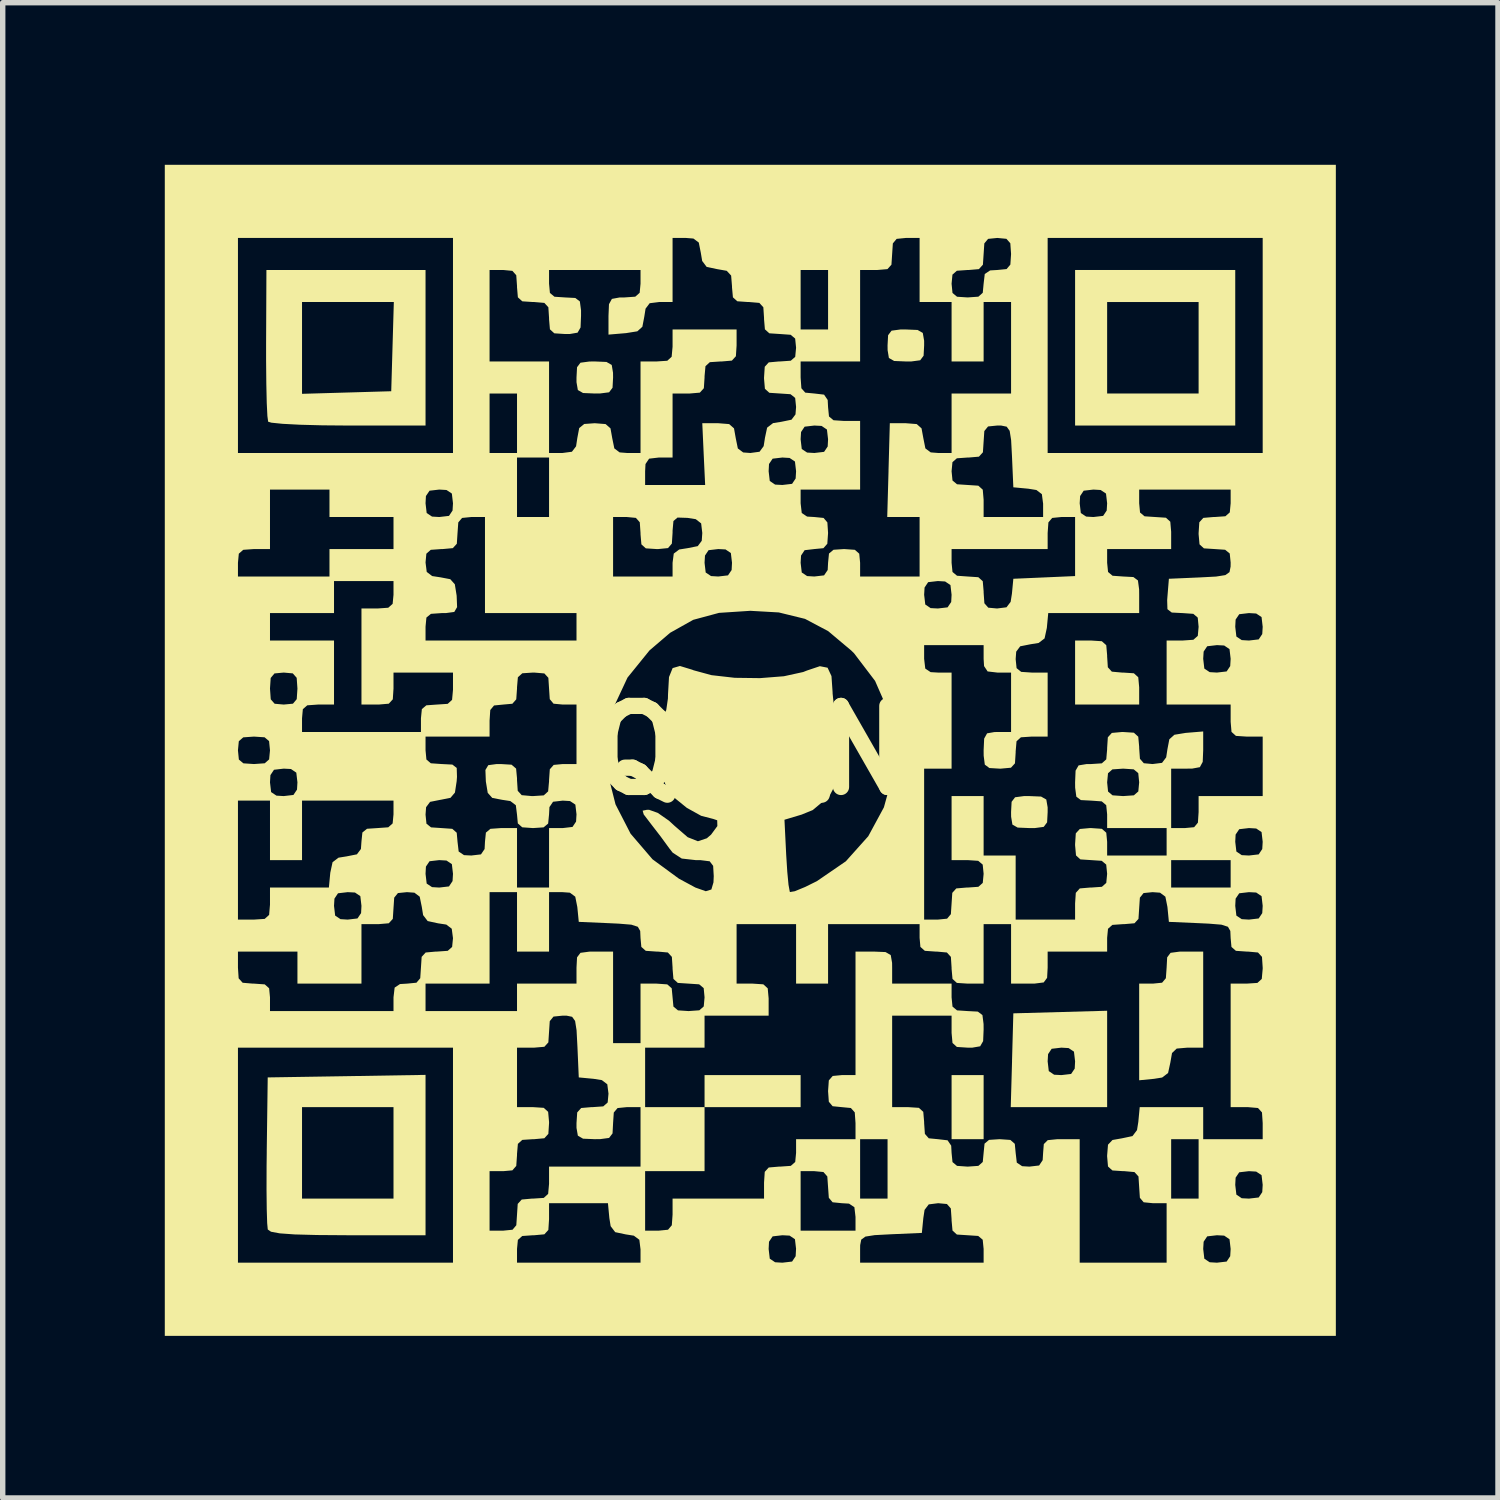
<source format=kicad_pcb>
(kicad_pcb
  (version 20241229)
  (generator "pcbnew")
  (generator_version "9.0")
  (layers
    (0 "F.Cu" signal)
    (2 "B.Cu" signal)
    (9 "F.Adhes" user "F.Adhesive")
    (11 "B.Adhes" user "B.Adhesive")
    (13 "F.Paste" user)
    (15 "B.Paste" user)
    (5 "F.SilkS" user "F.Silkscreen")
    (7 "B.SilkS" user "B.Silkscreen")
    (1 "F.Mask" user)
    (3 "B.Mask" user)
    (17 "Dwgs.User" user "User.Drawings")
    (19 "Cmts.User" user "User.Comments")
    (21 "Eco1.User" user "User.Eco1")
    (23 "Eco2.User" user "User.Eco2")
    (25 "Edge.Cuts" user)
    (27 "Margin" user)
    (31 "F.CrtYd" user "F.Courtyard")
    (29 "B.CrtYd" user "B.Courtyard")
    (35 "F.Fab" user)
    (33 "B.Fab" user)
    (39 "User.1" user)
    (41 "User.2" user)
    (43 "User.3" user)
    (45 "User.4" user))
  (footprint "QR_N"
    (layer "F.Cu")
    (at 10.837 10.837)
    (property "Reference" "QR_N" (at 0 0 0) (layer "F.SilkS") (effects (font (size 1.5 1.5) (thickness 0.3))))
    (attr board_only exclude_from_pos_files exclude_from_bom)
    (fp_poly (pts (xy 0.931 6.308) (xy 0.931 6.604) (xy 0.042 6.604) (xy -0.847 6.604) (xy -0.847 6.308) (xy -0.847 6.011) (xy 0.042 6.011) (xy 0.931 6.011)) (stroke (width 0) (type solid)) (fill yes) (layer "F.SilkS"))
    (fp_poly (pts (xy 4.318 6.604) (xy 4.318 7.197) (xy 4.022 7.197) (xy 3.725 7.197) (xy 3.725 6.604) (xy 3.725 6.011) (xy 4.022 6.011) (xy 4.318 6.011)) (stroke (width 0) (type solid)) (fill yes) (layer "F.SilkS"))
    (fp_poly (pts (xy -2.662 -7.188) (xy -2.565 -7.132) (xy -2.541 -6.988) (xy -2.54 -6.9) (xy -2.55 -6.711) (xy -2.614 -6.626) (xy -2.779 -6.605) (xy -2.879 -6.604) (xy -3.096 -6.613) (xy -3.192 -6.668) (xy -3.217 -6.813) (xy -3.217 -6.9) (xy -3.207 -7.09) (xy -3.144 -7.174) (xy -2.979 -7.196) (xy -2.879 -7.197)) (stroke (width 0) (type solid)) (fill yes) (layer "F.SilkS"))
    (fp_poly (pts (xy 3.096 -7.78) (xy 3.192 -7.725) (xy 3.217 -7.58) (xy 3.217 -7.493) (xy 3.207 -7.303) (xy 3.144 -7.219) (xy 2.979 -7.197) (xy 2.879 -7.197) (xy 2.662 -7.206) (xy 2.565 -7.261) (xy 2.541 -7.406) (xy 2.54 -7.493) (xy 2.55 -7.683) (xy 2.614 -7.767) (xy 2.779 -7.789) (xy 2.879 -7.789)) (stroke (width 0) (type solid)) (fill yes) (layer "F.SilkS"))
    (fp_poly (pts (xy 5.382 0.856) (xy 5.478 0.911) (xy 5.503 1.056) (xy 5.503 1.143) (xy 5.493 1.333) (xy 5.43 1.417) (xy 5.265 1.439) (xy 5.165 1.439) (xy 4.948 1.43) (xy 4.851 1.375) (xy 4.827 1.23) (xy 4.826 1.143) (xy 4.836 0.953) (xy 4.9 0.869) (xy 5.065 0.847) (xy 5.165 0.847)) (stroke (width 0) (type solid)) (fill yes) (layer "F.SilkS"))
    (fp_poly (pts (xy 6.506 -2.019) (xy 6.588 -1.945) (xy 6.604 -1.758) (xy 6.604 -1.736) (xy 6.617 -1.537) (xy 6.691 -1.456) (xy 6.878 -1.439) (xy 6.9 -1.439) (xy 7.099 -1.426) (xy 7.18 -1.352) (xy 7.197 -1.166) (xy 7.197 -1.143) (xy 7.197 -0.847) (xy 6.604 -0.847) (xy 6.011 -0.847) (xy 6.011 -1.439) (xy 6.011 -2.032) (xy 6.308 -2.032)) (stroke (width 0) (type solid)) (fill yes) (layer "F.SilkS"))
    (fp_poly (pts (xy 8.975 -7.451) (xy 8.975 -6.011) (xy 7.493 -6.011) (xy 6.011 -6.011) (xy 6.011 -7.451) (xy 6.604 -7.451) (xy 6.604 -6.604) (xy 7.451 -6.604) (xy 8.297 -6.604) (xy 8.297 -7.451) (xy 8.297 -8.297) (xy 7.451 -8.297) (xy 6.604 -8.297) (xy 6.604 -7.451) (xy 6.011 -7.451) (xy 6.011 -8.89) (xy 7.493 -8.89) (xy 8.975 -8.89)) (stroke (width 0) (type solid)) (fill yes) (layer "F.SilkS"))
    (fp_poly (pts (xy 8.382 4.614) (xy 8.382 5.503) (xy 8.091 5.503) (xy 7.892 5.52) (xy 7.805 5.602) (xy 7.774 5.779) (xy 7.732 5.972) (xy 7.622 6.056) (xy 7.472 6.08) (xy 7.197 6.107) (xy 7.197 5.212) (xy 7.197 4.318) (xy 7.451 4.318) (xy 7.621 4.301) (xy 7.691 4.218) (xy 7.705 4.022) (xy 7.715 3.832) (xy 7.778 3.748) (xy 7.943 3.726) (xy 8.043 3.725) (xy 8.382 3.725)) (stroke (width 0) (type solid)) (fill yes) (layer "F.SilkS"))
    (fp_poly (pts (xy 6.604 5.712) (xy 6.604 6.604) (xy 5.712 6.604) (xy 4.82 6.604) (xy 4.844 5.757) (xy 5.503 5.757) (xy 5.524 5.937) (xy 5.623 6.004) (xy 5.757 6.011) (xy 5.937 5.99) (xy 6.004 5.891) (xy 6.011 5.757) (xy 5.99 5.577) (xy 5.891 5.511) (xy 5.757 5.503) (xy 5.577 5.524) (xy 5.511 5.623) (xy 5.503 5.757) (xy 4.844 5.757) (xy 4.844 5.736) (xy 4.868 4.868) (xy 5.736 4.844) (xy 6.604 4.82)) (stroke (width 0) (type solid)) (fill yes) (layer "F.SilkS"))
    (fp_poly (pts (xy -6.011 -7.451) (xy -6.011 -6.011) (xy -7.446 -6.011) (xy -7.921 -6.015) (xy -8.335 -6.026) (xy -8.659 -6.043) (xy -8.864 -6.064) (xy -8.924 -6.082) (xy -8.938 -6.187) (xy -8.95 -6.43) (xy -8.958 -6.783) (xy -8.962 -7.215) (xy -8.962 -7.448) (xy -8.297 -7.448) (xy -8.297 -6.598) (xy -7.472 -6.622) (xy -6.646 -6.646) (xy -6.622 -7.472) (xy -6.598 -8.297) (xy -7.448 -8.297) (xy -8.297 -8.297) (xy -8.297 -7.448) (xy -8.962 -7.448) (xy -8.962 -7.521) (xy -8.956 -8.89) (xy -7.484 -8.89) (xy -6.011 -8.89)) (stroke (width 0) (type solid)) (fill yes) (layer "F.SilkS"))
    (fp_poly (pts (xy -6.011 7.491) (xy -6.011 8.975) (xy -7.453 8.975) (xy -8.018 8.971) (xy -8.432 8.96) (xy -8.71 8.94) (xy -8.871 8.91) (xy -8.931 8.869) (xy -8.942 8.752) (xy -8.95 8.496) (xy -8.954 8.134) (xy -8.953 7.697) (xy -8.95 7.451) (xy -8.297 7.451) (xy -8.297 8.297) (xy -7.451 8.297) (xy -6.604 8.297) (xy -6.604 7.451) (xy -6.604 6.604) (xy -7.451 6.604) (xy -8.297 6.604) (xy -8.297 7.451) (xy -8.95 7.451) (xy -8.95 7.408) (xy -8.932 6.054) (xy -7.472 6.031) (xy -6.011 6.007)) (stroke (width 0) (type solid)) (fill yes) (layer "F.SilkS"))
    (fp_poly (pts (xy 10.837 0) (xy 10.837 10.837) (xy 0 10.837) (xy -10.837 10.837) (xy -10.837 7.493) (xy -9.483 7.493) (xy -9.483 9.483) (xy -7.493 9.483) (xy -5.503 9.483) (xy -5.503 9.229) (xy -4.318 9.229) (xy -4.318 9.483) (xy -3.175 9.483) (xy -2.032 9.483) (xy -2.032 9.234) (xy -2.033 9.229) (xy 0.339 9.229) (xy 0.36 9.409) (xy 0.459 9.475) (xy 0.593 9.483) (xy 0.773 9.462) (xy 0.839 9.363) (xy 0.846 9.233) (xy 2.032 9.233) (xy 2.032 9.483) (xy 3.175 9.483) (xy 4.318 9.483) (xy 4.318 9.229) (xy 4.301 9.058) (xy 4.218 8.988) (xy 4.022 8.975) (xy 3.823 8.962) (xy 3.742 8.888) (xy 3.725 8.701) (xy 3.725 8.678) (xy 3.711 8.479) (xy 3.639 8.397) (xy 3.477 8.382) (xy 3.302 8.404) (xy 3.225 8.506) (xy 3.202 8.657) (xy 3.175 8.932) (xy 2.603 8.957) (xy 2.301 8.973) (xy 2.13 9) (xy 2.053 9.056) (xy 2.033 9.158) (xy 2.032 9.233) (xy 0.846 9.233) (xy 0.847 9.229) (xy 0.826 9.049) (xy 0.727 8.982) (xy 0.593 8.975) (xy 0.413 8.996) (xy 0.346 9.095) (xy 0.339 9.229) (xy -2.033 9.229) (xy -2.054 9.059) (xy -2.156 8.983) (xy -2.307 8.959) (xy -2.501 8.918) (xy -2.585 8.807) (xy -2.609 8.657) (xy -2.635 8.382) (xy -3.18 8.382) (xy -3.725 8.382) (xy -3.725 8.678) (xy -3.738 8.877) (xy -3.812 8.958) (xy -3.999 8.975) (xy -4.022 8.975) (xy -4.221 8.989) (xy -4.302 9.061) (xy -4.318 9.229) (xy -5.503 9.229) (xy -5.503 7.789) (xy -4.826 7.789) (xy -4.826 8.34) (xy -4.826 8.89) (xy -4.572 8.89) (xy -4.401 8.873) (xy -4.331 8.79) (xy -4.318 8.594) (xy -4.305 8.395) (xy -4.231 8.314) (xy -4.044 8.297) (xy -4.022 8.297) (xy -3.823 8.284) (xy -3.742 8.21) (xy -3.725 8.024) (xy -3.725 8.001) (xy -3.725 7.705) (xy -2.879 7.705) (xy -2.032 7.705) (xy -2.032 7.154) (xy -2.032 6.604) (xy -2.286 6.604) (xy -2.457 6.621) (xy -2.527 6.704) (xy -2.54 6.9) (xy -2.55 7.09) (xy -2.614 7.174) (xy -2.779 7.196) (xy -2.879 7.197) (xy -3.096 7.188) (xy -3.192 7.132) (xy -3.217 6.988) (xy -3.217 6.9) (xy -3.204 6.702) (xy -3.13 6.62) (xy -2.944 6.604) (xy -2.921 6.604) (xy -2.722 6.59) (xy -2.64 6.518) (xy -2.625 6.355) (xy -2.647 6.181) (xy -2.748 6.104) (xy -2.9 6.08) (xy -3.175 6.054) (xy -3.199 5.503) (xy -1.947 5.503) (xy -1.947 6.054) (xy -1.947 6.604) (xy -1.397 6.604) (xy -0.847 6.604) (xy -0.847 7.197) (xy -0.847 7.789) (xy -1.397 7.789) (xy -1.947 7.789) (xy -1.947 8.34) (xy -1.947 8.89) (xy -1.693 8.89) (xy -1.523 8.873) (xy -1.453 8.79) (xy -1.439 8.594) (xy -1.439 8.34) (xy 0.931 8.34) (xy 0.931 8.89) (xy 1.439 8.89) (xy 1.947 8.89) (xy 1.947 8.636) (xy 1.926 8.456) (xy 1.827 8.39) (xy 1.693 8.382) (xy 1.523 8.365) (xy 1.453 8.282) (xy 1.439 8.086) (xy 1.425 7.887) (xy 1.353 7.805) (xy 1.185 7.789) (xy 0.931 7.789) (xy 0.931 8.34) (xy -1.439 8.34) (xy -1.439 8.297) (xy -0.593 8.297) (xy 0.254 8.297) (xy 0.254 8.001) (xy 0.267 7.802) (xy 0.317 7.747) (xy 2.032 7.747) (xy 2.032 8.297) (xy 2.286 8.297) (xy 2.54 8.297) (xy 2.54 7.747) (xy 2.54 7.197) (xy 2.286 7.197) (xy 2.032 7.197) (xy 2.032 7.747) (xy 0.317 7.747) (xy 0.341 7.721) (xy 0.528 7.705) (xy 0.55 7.705) (xy 0.749 7.691) (xy 0.831 7.619) (xy 0.847 7.451) (xy 0.847 7.197) (xy 1.397 7.197) (xy 1.947 7.197) (xy 1.947 6.9) (xy 1.933 6.701) (xy 1.861 6.62) (xy 1.693 6.604) (xy 1.523 6.587) (xy 1.453 6.504) (xy 1.439 6.308) (xy 1.453 6.109) (xy 1.525 6.027) (xy 1.693 6.011) (xy 1.947 6.011) (xy 1.947 4.868) (xy 1.947 3.725) (xy 2.286 3.725) (xy 2.503 3.734) (xy 2.599 3.79) (xy 2.624 3.934) (xy 2.625 4.022) (xy 2.625 4.318) (xy 3.175 4.318) (xy 3.725 4.318) (xy 3.725 4.572) (xy 3.742 4.743) (xy 3.826 4.813) (xy 4.022 4.826) (xy 4.211 4.836) (xy 4.296 4.9) (xy 4.317 5.065) (xy 4.318 5.165) (xy 4.309 5.382) (xy 4.254 5.478) (xy 4.109 5.503) (xy 4.022 5.503) (xy 3.823 5.49) (xy 3.742 5.416) (xy 3.725 5.23) (xy 3.725 5.207) (xy 3.725 4.911) (xy 3.175 4.911) (xy 2.625 4.911) (xy 2.625 5.757) (xy 2.625 6.604) (xy 2.921 6.604) (xy 3.12 6.617) (xy 3.201 6.691) (xy 3.217 6.878) (xy 3.217 6.9) (xy 3.231 7.099) (xy 3.303 7.181) (xy 3.471 7.197) (xy 3.651 7.218) (xy 3.718 7.317) (xy 3.725 7.451) (xy 3.742 7.621) (xy 3.826 7.691) (xy 4.022 7.705) (xy 4.221 7.691) (xy 4.302 7.619) (xy 4.318 7.451) (xy 4.335 7.28) (xy 4.418 7.21) (xy 4.614 7.197) (xy 4.813 7.211) (xy 4.895 7.283) (xy 4.911 7.451) (xy 4.932 7.631) (xy 5.031 7.697) (xy 5.165 7.705) (xy 5.345 7.684) (xy 5.411 7.585) (xy 5.419 7.451) (xy 5.432 7.288) (xy 5.505 7.215) (xy 5.685 7.197) (xy 5.757 7.197) (xy 6.096 7.197) (xy 6.096 8.34) (xy 6.096 9.483) (xy 6.9 9.483) (xy 7.705 9.483) (xy 7.705 9.229) (xy 8.382 9.229) (xy 8.403 9.409) (xy 8.502 9.475) (xy 8.636 9.483) (xy 8.816 9.462) (xy 8.882 9.363) (xy 8.89 9.229) (xy 8.869 9.049) (xy 8.77 8.982) (xy 8.636 8.975) (xy 8.456 8.996) (xy 8.39 9.095) (xy 8.382 9.229) (xy 7.705 9.229) (xy 7.705 8.932) (xy 7.705 8.382) (xy 7.451 8.382) (xy 7.28 8.365) (xy 7.21 8.282) (xy 7.197 8.086) (xy 7.184 7.887) (xy 7.11 7.806) (xy 6.923 7.789) (xy 6.9 7.789) (xy 6.702 7.776) (xy 6.669 7.747) (xy 7.789 7.747) (xy 7.789 8.297) (xy 8.043 8.297) (xy 8.297 8.297) (xy 8.297 8.043) (xy 8.975 8.043) (xy 8.996 8.223) (xy 9.095 8.29) (xy 9.229 8.297) (xy 9.409 8.276) (xy 9.475 8.177) (xy 9.483 8.043) (xy 9.462 7.863) (xy 9.363 7.797) (xy 9.229 7.789) (xy 9.049 7.81) (xy 8.982 7.909) (xy 8.975 8.043) (xy 8.297 8.043) (xy 8.297 7.747) (xy 8.297 7.197) (xy 8.043 7.197) (xy 7.789 7.197) (xy 7.789 7.747) (xy 6.669 7.747) (xy 6.62 7.702) (xy 6.604 7.518) (xy 6.604 7.498) (xy 6.62 7.299) (xy 6.703 7.212) (xy 6.879 7.181) (xy 7.073 7.14) (xy 7.157 7.029) (xy 7.181 6.879) (xy 7.207 6.604) (xy 7.795 6.604) (xy 8.382 6.604) (xy 8.382 6.9) (xy 8.382 7.197) (xy 8.932 7.197) (xy 9.483 7.197) (xy 9.483 6.9) (xy 9.47 6.702) (xy 9.396 6.62) (xy 9.209 6.604) (xy 9.186 6.604) (xy 8.89 6.604) (xy 8.89 5.461) (xy 8.89 4.318) (xy 9.186 4.318) (xy 9.385 4.305) (xy 9.466 4.231) (xy 9.483 4.044) (xy 9.483 4.022) (xy 9.47 3.823) (xy 9.396 3.742) (xy 9.209 3.725) (xy 9.186 3.725) (xy 8.987 3.711) (xy 8.905 3.639) (xy 8.89 3.475) (xy 8.884 3.343) (xy 8.84 3.266) (xy 8.72 3.227) (xy 8.488 3.208) (xy 8.319 3.2) (xy 7.747 3.175) (xy 7.72 2.9) (xy 7.716 2.879) (xy 8.975 2.879) (xy 8.996 3.059) (xy 9.095 3.125) (xy 9.229 3.133) (xy 9.409 3.112) (xy 9.475 3.013) (xy 9.483 2.879) (xy 9.462 2.699) (xy 9.363 2.632) (xy 9.229 2.625) (xy 9.049 2.646) (xy 8.982 2.745) (xy 8.975 2.879) (xy 7.716 2.879) (xy 7.682 2.709) (xy 7.583 2.635) (xy 7.445 2.625) (xy 7.278 2.642) (xy 7.21 2.727) (xy 7.197 2.921) (xy 7.184 3.12) (xy 7.11 3.201) (xy 6.923 3.217) (xy 6.9 3.217) (xy 6.701 3.231) (xy 6.62 3.303) (xy 6.604 3.471) (xy 6.604 3.725) (xy 6.054 3.725) (xy 5.503 3.725) (xy 5.503 4.022) (xy 5.493 4.211) (xy 5.43 4.296) (xy 5.265 4.317) (xy 5.165 4.318) (xy 4.826 4.318) (xy 4.826 3.768) (xy 4.826 3.217) (xy 4.572 3.217) (xy 4.318 3.217) (xy 4.318 3.768) (xy 4.318 4.318) (xy 4.022 4.318) (xy 3.823 4.305) (xy 3.742 4.231) (xy 3.725 4.044) (xy 3.725 4.022) (xy 3.712 3.823) (xy 3.638 3.742) (xy 3.452 3.725) (xy 3.429 3.725) (xy 3.23 3.711) (xy 3.148 3.639) (xy 3.133 3.471) (xy 3.133 3.217) (xy 2.286 3.217) (xy 1.439 3.217) (xy 1.439 3.768) (xy 1.439 4.318) (xy 1.143 4.318) (xy 0.847 4.318) (xy 0.847 3.768) (xy 0.847 3.217) (xy 0.296 3.217) (xy -0.254 3.217) (xy -0.254 3.768) (xy -0.254 4.318) (xy 0.042 4.318) (xy 0.241 4.331) (xy 0.322 4.405) (xy 0.339 4.592) (xy 0.339 4.614) (xy 0.339 4.911) (xy -0.254 4.911) (xy -0.847 4.911) (xy -0.847 5.207) (xy -0.847 5.503) (xy -1.397 5.503) (xy -1.947 5.503) (xy -3.199 5.503) (xy -3.2 5.482) (xy -3.216 5.18) (xy -3.243 5.009) (xy -3.298 4.932) (xy -3.401 4.911) (xy -3.475 4.911) (xy -3.643 4.928) (xy -3.712 5.013) (xy -3.725 5.207) (xy -3.738 5.406) (xy -3.812 5.487) (xy -3.999 5.503) (xy -4.022 5.503) (xy -4.318 5.503) (xy -4.318 6.054) (xy -4.318 6.604) (xy -4.022 6.604) (xy -3.823 6.617) (xy -3.742 6.691) (xy -3.725 6.878) (xy -3.725 6.9) (xy -3.738 7.099) (xy -3.812 7.18) (xy -3.999 7.197) (xy -4.022 7.197) (xy -4.22 7.21) (xy -4.302 7.284) (xy -4.318 7.47) (xy -4.318 7.493) (xy -4.332 7.692) (xy -4.404 7.774) (xy -4.572 7.789) (xy -4.826 7.789) (xy -5.503 7.789) (xy -5.503 7.493) (xy -5.503 5.503) (xy -7.493 5.503) (xy -9.483 5.503) (xy -9.483 7.493) (xy -10.837 7.493) (xy -10.837 3.725) (xy -9.483 3.725) (xy -9.483 4.022) (xy -9.47 4.22) (xy -9.396 4.302) (xy -9.209 4.318) (xy -9.186 4.318) (xy -8.987 4.332) (xy -8.906 4.404) (xy -8.89 4.572) (xy -8.89 4.826) (xy -7.747 4.826) (xy -6.604 4.826) (xy -6.604 4.572) (xy -6.583 4.392) (xy -6.484 4.326) (xy -6.35 4.318) (xy -6.011 4.318) (xy -6.011 4.572) (xy -6.011 4.826) (xy -5.165 4.826) (xy -4.318 4.826) (xy -4.318 4.572) (xy -4.318 4.318) (xy -3.768 4.318) (xy -3.217 4.318) (xy -3.217 4.022) (xy -3.207 3.832) (xy -3.144 3.748) (xy -2.979 3.726) (xy -2.879 3.725) (xy -2.54 3.725) (xy -2.54 4.572) (xy -2.54 5.419) (xy -2.286 5.419) (xy -2.032 5.419) (xy -2.032 4.868) (xy -2.032 4.318) (xy -1.736 4.318) (xy -1.537 4.332) (xy -1.455 4.404) (xy -1.439 4.572) (xy -1.423 4.743) (xy -1.339 4.813) (xy -1.143 4.826) (xy -0.944 4.812) (xy -0.862 4.74) (xy -0.847 4.572) (xy -0.863 4.401) (xy -0.947 4.331) (xy -1.143 4.318) (xy -1.342 4.305) (xy -1.423 4.231) (xy -1.439 4.044) (xy -1.439 4.022) (xy -1.452 3.823) (xy -1.526 3.742) (xy -1.713 3.725) (xy -1.736 3.725) (xy -1.935 3.711) (xy -2.017 3.639) (xy -2.032 3.475) (xy -2.038 3.343) (xy -2.082 3.266) (xy -2.202 3.227) (xy -2.434 3.208) (xy -2.603 3.2) (xy -3.175 3.175) (xy -3.202 2.9) (xy -3.24 2.709) (xy -3.339 2.635) (xy -3.477 2.625) (xy -3.725 2.625) (xy -3.725 3.175) (xy -3.725 3.725) (xy -4.022 3.725) (xy -4.318 3.725) (xy -4.318 3.175) (xy -4.318 2.625) (xy -4.572 2.625) (xy -4.826 2.625) (xy -4.826 3.471) (xy -4.826 4.318) (xy -5.419 4.318) (xy -6.011 4.318) (xy -6.35 4.318) (xy -6.179 4.301) (xy -6.109 4.218) (xy -6.096 4.022) (xy -6.083 3.823) (xy -6.009 3.742) (xy -5.822 3.725) (xy -5.8 3.725) (xy -5.6 3.711) (xy -5.519 3.639) (xy -5.503 3.477) (xy -5.526 3.302) (xy -5.627 3.225) (xy -5.779 3.202) (xy -5.972 3.16) (xy -6.056 3.05) (xy -6.08 2.9) (xy -6.119 2.709) (xy -6.217 2.635) (xy -6.355 2.625) (xy -6.522 2.642) (xy -6.591 2.727) (xy -6.604 2.921) (xy -6.617 3.12) (xy -6.691 3.201) (xy -6.878 3.217) (xy -6.9 3.217) (xy -7.197 3.217) (xy -7.197 3.768) (xy -7.197 4.318) (xy -7.789 4.318) (xy -8.382 4.318) (xy -8.382 4.022) (xy -8.382 3.725) (xy -8.932 3.725) (xy -9.483 3.725) (xy -10.837 3.725) (xy -10.837 2.032) (xy -9.483 2.032) (xy -9.483 3.133) (xy -9.186 3.133) (xy -8.988 3.12) (xy -8.906 3.046) (xy -8.892 2.879) (xy -7.705 2.879) (xy -7.684 3.059) (xy -7.585 3.125) (xy -7.451 3.133) (xy -7.271 3.112) (xy -7.204 3.013) (xy -7.197 2.879) (xy -7.218 2.699) (xy -7.317 2.632) (xy -7.451 2.625) (xy -7.631 2.646) (xy -7.697 2.745) (xy -7.705 2.879) (xy -8.892 2.879) (xy -8.89 2.859) (xy -8.89 2.836) (xy -8.89 2.54) (xy -8.345 2.54) (xy -7.8 2.54) (xy -7.776 2.286) (xy -6.011 2.286) (xy -5.99 2.466) (xy -5.891 2.532) (xy -5.757 2.54) (xy -5.577 2.519) (xy -5.511 2.42) (xy -5.503 2.286) (xy -5.524 2.106) (xy -5.623 2.04) (xy -5.757 2.032) (xy -5.937 2.053) (xy -6.004 2.152) (xy -6.011 2.286) (xy -7.776 2.286) (xy -7.774 2.265) (xy -7.732 2.071) (xy -7.622 1.987) (xy -7.472 1.963) (xy -7.281 1.925) (xy -7.207 1.826) (xy -7.197 1.688) (xy -7.18 1.521) (xy -7.094 1.452) (xy -6.9 1.439) (xy -6.701 1.425) (xy -6.62 1.353) (xy -6.604 1.185) (xy -6.604 0.931) (xy -7.451 0.931) (xy -8.297 0.931) (xy -8.297 1.482) (xy -8.297 2.032) (xy -8.594 2.032) (xy -8.89 2.032) (xy -8.89 1.482) (xy -8.89 0.931) (xy -9.186 0.931) (xy -9.483 0.931) (xy -9.483 2.032) (xy -10.837 2.032) (xy -10.837 0.593) (xy -8.89 0.593) (xy -8.869 0.773) (xy -8.77 0.839) (xy -8.636 0.847) (xy -8.456 0.826) (xy -8.39 0.727) (xy -8.382 0.593) (xy -8.403 0.413) (xy -8.502 0.346) (xy -8.636 0.339) (xy -8.816 0.36) (xy -8.882 0.459) (xy -8.89 0.593) (xy -10.837 0.593) (xy -10.837 0) (xy -9.483 0) (xy -9.466 0.171) (xy -9.382 0.241) (xy -9.186 0.254) (xy -8.987 0.24) (xy -8.906 0.168) (xy -8.89 0) (xy -8.907 -0.171) (xy -8.99 -0.241) (xy -9.186 -0.254) (xy -6.011 -0.254) (xy -6.011 0) (xy -5.995 0.17) (xy -5.913 0.24) (xy -5.714 0.254) (xy -5.71 0.254) (xy -5.514 0.264) (xy -5.434 0.326) (xy -5.429 0.492) (xy -5.435 0.572) (xy -5.467 0.782) (xy -5.549 0.879) (xy -5.728 0.915) (xy -5.736 0.916) (xy -5.927 0.954) (xy -6.001 1.053) (xy -6.011 1.191) (xy -5.994 1.358) (xy -5.909 1.426) (xy -5.715 1.439) (xy -5.516 1.453) (xy -5.434 1.525) (xy -5.419 1.693) (xy -5.398 1.873) (xy -5.299 1.94) (xy -5.165 1.947) (xy -4.985 1.926) (xy -4.918 1.827) (xy -4.911 1.693) (xy -4.894 1.523) (xy -4.81 1.453) (xy -4.614 1.439) (xy -4.318 1.439) (xy -4.318 1.99) (xy -4.318 2.54) (xy -4.022 2.54) (xy -3.725 2.54) (xy -3.725 1.99) (xy -3.725 1.439) (xy -3.471 1.439) (xy -3.291 1.418) (xy -3.225 1.319) (xy -3.217 1.185) (xy -3.238 1.005) (xy -3.337 0.939) (xy -3.471 0.931) (xy -3.651 0.952) (xy -3.718 1.051) (xy -3.725 1.185) (xy -3.742 1.356) (xy -3.826 1.426) (xy -4.022 1.439) (xy -4.221 1.425) (xy -4.303 1.353) (xy -4.318 1.191) (xy -4.34 1.016) (xy -4.442 0.939) (xy -4.593 0.916) (xy -4.776 0.881) (xy -4.86 0.787) (xy -4.894 0.581) (xy -4.895 0.572) (xy -4.903 0.364) (xy -4.85 0.275) (xy -4.695 0.254) (xy -4.619 0.254) (xy -4.419 0.266) (xy -4.335 0.338) (xy -4.318 0.518) (xy -4.318 0.55) (xy -4.305 0.749) (xy -4.231 0.83) (xy -4.044 0.847) (xy -4.022 0.847) (xy -3.823 0.834) (xy -3.742 0.76) (xy -3.725 0.573) (xy -3.725 0.55) (xy -3.711 0.351) (xy -3.639 0.27) (xy -3.471 0.254) (xy -3.217 0.254) (xy -3.217 -0.189) (xy -2.658 -0.189) (xy -2.643 0.414) (xy -2.495 1) (xy -2.216 1.543) (xy -1.81 2.017) (xy -1.322 2.375) (xy -1.016 2.54) (xy -0.824 2.608) (xy -0.721 2.576) (xy -0.682 2.444) (xy -0.677 2.328) (xy -0.688 2.138) (xy -0.752 2.054) (xy -0.919 2.033) (xy -1.012 2.032) (xy -1.269 2.003) (xy -1.437 1.894) (xy -1.499 1.815) (xy -1.661 1.593) (xy -1.844 1.356) (xy -1.849 1.349) (xy -1.973 1.187) (xy -1.993 1.117) (xy -1.914 1.101) (xy -1.873 1.101) (xy -1.713 1.158) (xy -1.505 1.303) (xy -1.403 1.397) (xy -1.159 1.608) (xy -0.97 1.683) (xy -0.805 1.628) (xy -0.726 1.56) (xy -0.61 1.402) (xy -0.613 1.295) (xy -0.686 1.27) (xy -0.91 1.212) (xy -1.175 1.065) (xy -1.413 0.872) (xy -1.534 0.726) (xy -1.614 0.52) (xy -1.669 0.235) (xy -1.696 -0.075) (xy -1.692 -0.359) (xy -1.655 -0.566) (xy -1.609 -0.635) (xy -1.556 -0.745) (xy -1.525 -0.958) (xy -1.523 -1.042) (xy -1.505 -1.356) (xy -1.438 -1.522) (xy -1.303 -1.561) (xy -1.076 -1.492) (xy -1.049 -1.481) (xy -0.718 -1.391) (xy -0.288 -1.342) (xy 0.179 -1.336) (xy 0.622 -1.371) (xy 0.978 -1.449) (xy 1.049 -1.477) (xy 1.287 -1.557) (xy 1.43 -1.529) (xy 1.502 -1.374) (xy 1.523 -1.073) (xy 1.523 -1.054) (xy 1.548 -0.81) (xy 1.609 -0.632) (xy 1.629 -0.606) (xy 1.69 -0.459) (xy 1.723 -0.193) (xy 1.727 -0.001) (xy 1.656 0.476) (xy 1.463 0.849) (xy 1.155 1.106) (xy 0.949 1.19) (xy 0.632 1.285) (xy 0.664 1.934) (xy 0.684 2.248) (xy 0.707 2.49) (xy 0.73 2.615) (xy 0.734 2.623) (xy 0.823 2.608) (xy 1.015 2.529) (xy 1.233 2.421) (xy 1.768 2.054) (xy 2.183 1.59) (xy 2.472 1.056) (xy 2.633 0.476) (xy 2.662 -0.124) (xy 2.556 -0.72) (xy 2.309 -1.285) (xy 1.92 -1.796) (xy 1.866 -1.849) (xy 1.749 -1.947) (xy 3.217 -1.947) (xy 3.217 -1.693) (xy 3.238 -1.513) (xy 3.337 -1.447) (xy 3.471 -1.439) (xy 3.725 -1.439) (xy 3.725 -0.55) (xy 3.725 0.339) (xy 3.471 0.339) (xy 3.217 0.339) (xy 3.217 1.736) (xy 3.217 3.133) (xy 3.471 3.133) (xy 3.642 3.116) (xy 3.712 3.032) (xy 3.725 2.836) (xy 3.738 2.638) (xy 3.812 2.556) (xy 3.999 2.54) (xy 4.022 2.54) (xy 4.221 2.526) (xy 4.302 2.454) (xy 4.318 2.286) (xy 4.301 2.115) (xy 4.218 2.045) (xy 4.022 2.032) (xy 3.725 2.032) (xy 3.725 1.439) (xy 3.725 0.847) (xy 4.022 0.847) (xy 4.318 0.847) (xy 4.318 1.397) (xy 4.318 1.947) (xy 4.614 1.947) (xy 4.911 1.947) (xy 4.911 2.54) (xy 4.911 3.133) (xy 5.461 3.133) (xy 6.011 3.133) (xy 6.011 2.836) (xy 6.024 2.638) (xy 6.098 2.556) (xy 6.285 2.54) (xy 6.308 2.54) (xy 6.507 2.526) (xy 6.588 2.454) (xy 6.604 2.286) (xy 7.789 2.286) (xy 7.789 2.54) (xy 8.34 2.54) (xy 8.89 2.54) (xy 8.89 2.286) (xy 8.89 2.032) (xy 8.34 2.032) (xy 7.789 2.032) (xy 7.789 2.286) (xy 6.604 2.286) (xy 6.587 2.115) (xy 6.504 2.045) (xy 6.308 2.032) (xy 6.109 2.019) (xy 6.028 1.945) (xy 6.011 1.758) (xy 6.011 1.736) (xy 6.024 1.537) (xy 6.098 1.456) (xy 6.285 1.439) (xy 6.308 1.439) (xy 6.507 1.453) (xy 6.588 1.525) (xy 6.604 1.693) (xy 6.604 1.947) (xy 7.154 1.947) (xy 7.705 1.947) (xy 7.705 1.693) (xy 8.975 1.693) (xy 8.996 1.873) (xy 9.095 1.94) (xy 9.229 1.947) (xy 9.409 1.926) (xy 9.475 1.827) (xy 9.483 1.693) (xy 9.462 1.513) (xy 9.363 1.447) (xy 9.229 1.439) (xy 9.049 1.46) (xy 8.982 1.559) (xy 8.975 1.693) (xy 7.705 1.693) (xy 7.705 1.439) (xy 7.154 1.439) (xy 6.604 1.439) (xy 6.604 1.185) (xy 6.587 1.015) (xy 6.504 0.945) (xy 6.308 0.931) (xy 6.118 0.921) (xy 6.034 0.858) (xy 6.012 0.693) (xy 6.011 0.593) (xy 6.604 0.593) (xy 6.621 0.763) (xy 6.704 0.833) (xy 6.9 0.847) (xy 7.099 0.833) (xy 7.181 0.761) (xy 7.197 0.593) (xy 7.18 0.422) (xy 7.096 0.352) (xy 6.9 0.339) (xy 6.701 0.353) (xy 6.62 0.425) (xy 6.604 0.593) (xy 6.011 0.593) (xy 6.02 0.376) (xy 6.076 0.279) (xy 6.22 0.255) (xy 6.308 0.254) (xy 6.506 0.241) (xy 6.588 0.167) (xy 6.604 -0.02) (xy 6.604 -0.042) (xy 6.617 -0.241) (xy 6.691 -0.322) (xy 6.878 -0.339) (xy 6.9 -0.339) (xy 7.099 -0.326) (xy 7.18 -0.252) (xy 7.197 -0.065) (xy 7.197 -0.042) (xy 7.211 0.157) (xy 7.283 0.239) (xy 7.445 0.254) (xy 7.62 0.232) (xy 7.697 0.13) (xy 7.72 -0.021) (xy 7.755 -0.204) (xy 7.849 -0.288) (xy 8.055 -0.322) (xy 8.065 -0.323) (xy 8.382 -0.349) (xy 8.382 -0.005) (xy 8.373 0.214) (xy 8.32 0.312) (xy 8.179 0.338) (xy 8.086 0.339) (xy 7.789 0.339) (xy 7.789 0.889) (xy 7.789 1.439) (xy 8.043 1.439) (xy 8.214 1.423) (xy 8.284 1.339) (xy 8.297 1.143) (xy 8.297 0.847) (xy 8.89 0.847) (xy 9.483 0.847) (xy 9.483 0.296) (xy 9.483 -0.254) (xy 9.186 -0.254) (xy 8.988 -0.267) (xy 8.906 -0.341) (xy 8.89 -0.528) (xy 8.89 -0.55) (xy 8.89 -0.847) (xy 8.297 -0.847) (xy 7.705 -0.847) (xy 7.705 -1.439) (xy 7.705 -1.693) (xy 8.382 -1.693) (xy 8.403 -1.513) (xy 8.502 -1.447) (xy 8.636 -1.439) (xy 8.816 -1.46) (xy 8.882 -1.559) (xy 8.89 -1.693) (xy 8.869 -1.873) (xy 8.77 -1.94) (xy 8.636 -1.947) (xy 8.456 -1.926) (xy 8.39 -1.827) (xy 8.382 -1.693) (xy 7.705 -1.693) (xy 7.705 -2.032) (xy 8.001 -2.032) (xy 8.2 -2.046) (xy 8.282 -2.118) (xy 8.297 -2.286) (xy 8.975 -2.286) (xy 8.996 -2.106) (xy 9.095 -2.04) (xy 9.229 -2.032) (xy 9.409 -2.053) (xy 9.475 -2.152) (xy 9.483 -2.286) (xy 9.462 -2.466) (xy 9.363 -2.532) (xy 9.229 -2.54) (xy 9.049 -2.519) (xy 8.982 -2.42) (xy 8.975 -2.286) (xy 8.297 -2.286) (xy 8.281 -2.456) (xy 8.199 -2.526) (xy 8 -2.54) (xy 7.996 -2.54) (xy 7.8 -2.55) (xy 7.72 -2.612) (xy 7.715 -2.778) (xy 7.721 -2.857) (xy 7.747 -3.175) (xy 8.319 -3.2) (xy 8.621 -3.216) (xy 8.792 -3.243) (xy 8.869 -3.298) (xy 8.889 -3.401) (xy 8.89 -3.475) (xy 8.873 -3.643) (xy 8.788 -3.712) (xy 8.594 -3.725) (xy 8.395 -3.738) (xy 8.314 -3.812) (xy 8.297 -3.999) (xy 8.297 -4.022) (xy 8.31 -4.22) (xy 8.384 -4.302) (xy 8.571 -4.318) (xy 8.594 -4.318) (xy 8.793 -4.332) (xy 8.874 -4.404) (xy 8.89 -4.572) (xy 8.89 -4.826) (xy 8.043 -4.826) (xy 7.197 -4.826) (xy 7.197 -4.572) (xy 7.213 -4.401) (xy 7.297 -4.331) (xy 7.493 -4.318) (xy 7.692 -4.305) (xy 7.773 -4.231) (xy 7.789 -4.044) (xy 7.789 -4.022) (xy 7.789 -3.725) (xy 7.197 -3.725) (xy 6.604 -3.725) (xy 6.604 -3.471) (xy 6.621 -3.301) (xy 6.704 -3.231) (xy 6.9 -3.217) (xy 7.09 -3.207) (xy 7.174 -3.144) (xy 7.196 -2.979) (xy 7.197 -2.879) (xy 7.197 -2.54) (xy 6.355 -2.54) (xy 5.514 -2.54) (xy 5.488 -2.265) (xy 5.446 -2.071) (xy 5.336 -1.987) (xy 5.186 -1.963) (xy 4.995 -1.925) (xy 4.921 -1.826) (xy 4.911 -1.688) (xy 4.928 -1.521) (xy 5.013 -1.452) (xy 5.207 -1.439) (xy 5.503 -1.439) (xy 5.503 -0.847) (xy 5.503 -0.254) (xy 5.207 -0.254) (xy 5.008 -0.241) (xy 4.927 -0.167) (xy 4.911 0.02) (xy 4.911 0.042) (xy 4.898 0.241) (xy 4.824 0.322) (xy 4.637 0.339) (xy 4.614 0.339) (xy 4.425 0.328) (xy 4.34 0.265) (xy 4.319 0.1) (xy 4.318 0) (xy 4.328 -0.217) (xy 4.382 -0.314) (xy 4.517 -0.338) (xy 4.572 -0.339) (xy 4.826 -0.339) (xy 4.826 -0.889) (xy 4.826 -1.439) (xy 4.572 -1.439) (xy 4.392 -1.46) (xy 4.326 -1.559) (xy 4.318 -1.693) (xy 4.318 -1.947) (xy 3.768 -1.947) (xy 3.217 -1.947) (xy 1.749 -1.947) (xy 1.441 -2.206) (xy 1.012 -2.433) (xy 0.527 -2.552) (xy 0 -2.582) (xy -0.579 -2.544) (xy -1.057 -2.415) (xy -1.483 -2.176) (xy -1.866 -1.849) (xy -2.273 -1.346) (xy -2.535 -0.785) (xy -2.658 -0.189) (xy -3.217 -0.189) (xy -3.217 -0.296) (xy -3.217 -0.847) (xy -3.471 -0.847) (xy -3.642 -0.863) (xy -3.712 -0.947) (xy -3.725 -1.143) (xy -3.738 -1.342) (xy -3.812 -1.423) (xy -3.999 -1.439) (xy -4.022 -1.439) (xy -4.22 -1.426) (xy -4.302 -1.352) (xy -4.318 -1.166) (xy -4.318 -1.143) (xy -4.332 -0.944) (xy -4.404 -0.862) (xy -4.572 -0.847) (xy -4.743 -0.83) (xy -4.813 -0.746) (xy -4.826 -0.55) (xy -4.826 -0.254) (xy -5.419 -0.254) (xy -6.011 -0.254) (xy -9.186 -0.254) (xy -9.385 -0.24) (xy -9.467 -0.168) (xy -9.483 0) (xy -10.837 0) (xy -10.837 -1.143) (xy -8.89 -1.143) (xy -8.876 -0.944) (xy -8.804 -0.862) (xy -8.636 -0.847) (xy -8.465 -0.863) (xy -8.395 -0.947) (xy -8.382 -1.143) (xy -8.396 -1.342) (xy -8.468 -1.424) (xy -8.636 -1.439) (xy -8.807 -1.423) (xy -8.877 -1.339) (xy -8.89 -1.143) (xy -10.837 -1.143) (xy -10.837 -2.54) (xy -8.89 -2.54) (xy -8.89 -2.286) (xy -8.89 -2.032) (xy -8.297 -2.032) (xy -7.705 -2.032) (xy -7.705 -1.439) (xy -7.705 -0.847) (xy -8.001 -0.847) (xy -8.2 -0.833) (xy -8.282 -0.761) (xy -8.297 -0.593) (xy -8.297 -0.339) (xy -7.197 -0.339) (xy -6.096 -0.339) (xy -6.096 -0.593) (xy -6.079 -0.763) (xy -5.996 -0.833) (xy -5.8 -0.847) (xy -5.601 -0.86) (xy -5.52 -0.934) (xy -5.503 -1.12) (xy -5.503 -1.143) (xy -5.503 -1.439) (xy -6.054 -1.439) (xy -6.604 -1.439) (xy -6.604 -1.143) (xy -6.617 -0.944) (xy -6.691 -0.863) (xy -6.878 -0.847) (xy -6.9 -0.847) (xy -7.197 -0.847) (xy -7.197 -1.736) (xy -7.197 -2.625) (xy -6.9 -2.625) (xy -6.701 -2.639) (xy -6.62 -2.711) (xy -6.604 -2.879) (xy -6.604 -3.133) (xy -7.154 -3.133) (xy -7.705 -3.133) (xy -7.705 -2.836) (xy -7.705 -2.54) (xy -8.297 -2.54) (xy -8.89 -2.54) (xy -10.837 -2.54) (xy -10.837 -3.471) (xy -9.483 -3.471) (xy -9.483 -3.217) (xy -8.636 -3.217) (xy -7.789 -3.217) (xy -7.789 -3.471) (xy -7.789 -3.477) (xy -6.011 -3.477) (xy -5.989 -3.302) (xy -5.888 -3.225) (xy -5.736 -3.202) (xy -5.553 -3.167) (xy -5.469 -3.073) (xy -5.436 -2.867) (xy -5.435 -2.857) (xy -5.427 -2.65) (xy -5.479 -2.561) (xy -5.635 -2.54) (xy -5.71 -2.54) (xy -5.911 -2.526) (xy -5.995 -2.457) (xy -6.011 -2.289) (xy -6.011 -2.286) (xy -6.011 -2.032) (xy -4.614 -2.032) (xy -3.217 -2.032) (xy -3.217 -2.286) (xy -3.217 -2.54) (xy -4.064 -2.54) (xy -4.911 -2.54) (xy -4.911 -2.879) (xy 3.217 -2.879) (xy 3.238 -2.699) (xy 3.337 -2.632) (xy 3.471 -2.625) (xy 3.651 -2.646) (xy 3.718 -2.745) (xy 3.725 -2.879) (xy 3.704 -3.059) (xy 3.605 -3.125) (xy 3.471 -3.133) (xy 3.291 -3.112) (xy 3.225 -3.013) (xy 3.217 -2.879) (xy -4.911 -2.879) (xy -4.911 -3.429) (xy -4.911 -3.768) (xy -2.54 -3.768) (xy -2.54 -3.217) (xy -1.99 -3.217) (xy -1.439 -3.217) (xy -1.439 -3.466) (xy -1.439 -3.471) (xy -0.847 -3.471) (xy -0.826 -3.291) (xy -0.727 -3.225) (xy -0.593 -3.217) (xy -0.413 -3.238) (xy -0.346 -3.337) (xy -0.339 -3.471) (xy -0.36 -3.651) (xy -0.459 -3.718) (xy -0.593 -3.725) (xy -0.773 -3.704) (xy -0.839 -3.605) (xy -0.847 -3.471) (xy -1.439 -3.471) (xy -1.417 -3.641) (xy -1.316 -3.717) (xy -1.164 -3.741) (xy -0.973 -3.779) (xy -0.899 -3.878) (xy -0.889 -4.022) (xy -0.91 -4.2) (xy -1.01 -4.278) (xy -1.164 -4.302) (xy -1.347 -4.308) (xy -1.423 -4.244) (xy -1.439 -4.064) (xy -1.439 -4.027) (xy -1.452 -3.826) (xy -1.523 -3.743) (xy -1.703 -3.725) (xy -1.736 -3.725) (xy -1.934 -3.738) (xy -2.016 -3.812) (xy -2.032 -3.999) (xy -2.032 -4.022) (xy -2.046 -4.221) (xy -2.118 -4.302) (xy -2.286 -4.318) (xy -2.54 -4.318) (xy -2.54 -3.768) (xy -4.911 -3.768) (xy -4.911 -4.318) (xy -5.165 -4.318) (xy -5.335 -4.301) (xy -5.405 -4.218) (xy -5.419 -4.022) (xy -5.432 -3.823) (xy -5.506 -3.742) (xy -5.692 -3.725) (xy -5.715 -3.725) (xy -5.914 -3.711) (xy -5.996 -3.639) (xy -6.011 -3.477) (xy -7.789 -3.477) (xy -7.789 -3.725) (xy -7.197 -3.725) (xy -6.604 -3.725) (xy -6.604 -4.022) (xy -6.604 -4.318) (xy -7.197 -4.318) (xy -7.789 -4.318) (xy -7.789 -4.572) (xy -6.011 -4.572) (xy -5.99 -4.392) (xy -5.891 -4.326) (xy -5.757 -4.318) (xy -5.577 -4.339) (xy -5.511 -4.438) (xy -5.503 -4.572) (xy -5.524 -4.752) (xy -5.623 -4.818) (xy -5.757 -4.826) (xy -5.937 -4.805) (xy -6.004 -4.706) (xy -6.011 -4.572) (xy -7.789 -4.572) (xy -7.789 -4.826) (xy -8.34 -4.826) (xy -8.89 -4.826) (xy -8.89 -4.276) (xy -8.89 -3.725) (xy -9.186 -3.725) (xy -9.385 -3.711) (xy -9.467 -3.639) (xy -9.483 -3.471) (xy -10.837 -3.471) (xy -10.837 -4.868) (xy -4.318 -4.868) (xy -4.318 -4.318) (xy -4.022 -4.318) (xy -3.725 -4.318) (xy -3.725 -4.868) (xy -3.725 -5.419) (xy -4.022 -5.419) (xy -4.318 -5.419) (xy -4.318 -4.868) (xy -10.837 -4.868) (xy -10.837 -7.493) (xy -9.483 -7.493) (xy -9.483 -5.503) (xy -7.493 -5.503) (xy -5.503 -5.503) (xy -5.503 -6.054) (xy -4.826 -6.054) (xy -4.826 -5.503) (xy -4.572 -5.503) (xy -4.318 -5.503) (xy -4.318 -6.054) (xy -4.318 -6.604) (xy -4.572 -6.604) (xy -4.826 -6.604) (xy -4.826 -6.054) (xy -5.503 -6.054) (xy -5.503 -7.493) (xy -5.503 -8.89) (xy -4.826 -8.89) (xy -4.826 -8.043) (xy -4.826 -7.197) (xy -4.276 -7.197) (xy -3.725 -7.197) (xy -3.725 -6.35) (xy -3.725 -5.503) (xy -3.477 -5.503) (xy -3.302 -5.526) (xy -3.225 -5.627) (xy -3.202 -5.779) (xy -3.167 -5.964) (xy -3.074 -6.04) (xy -2.879 -6.054) (xy -2.678 -6.038) (xy -2.588 -5.959) (xy -2.556 -5.779) (xy -2.517 -5.588) (xy -2.419 -5.514) (xy -2.281 -5.503) (xy -2.032 -5.503) (xy -2.032 -6.35) (xy -2.032 -7.197) (xy -1.736 -7.197) (xy -1.537 -7.21) (xy -1.456 -7.284) (xy -1.439 -7.47) (xy -1.439 -7.493) (xy -1.439 -7.789) (xy -0.847 -7.789) (xy -0.254 -7.789) (xy -0.254 -7.493) (xy -0.267 -7.294) (xy -0.341 -7.213) (xy -0.528 -7.197) (xy -0.55 -7.197) (xy -0.749 -7.184) (xy -0.83 -7.11) (xy -0.847 -6.923) (xy -0.847 -6.9) (xy -0.86 -6.702) (xy -0.934 -6.62) (xy -1.12 -6.604) (xy -1.143 -6.604) (xy -1.439 -6.604) (xy -1.439 -6.011) (xy -1.439 -5.419) (xy -1.693 -5.419) (xy -1.873 -5.398) (xy -1.94 -5.299) (xy -1.947 -5.165) (xy -1.947 -4.911) (xy -1.392 -4.911) (xy -0.836 -4.911) (xy -0.848 -5.165) (xy 0.339 -5.165) (xy 0.36 -4.985) (xy 0.459 -4.918) (xy 0.593 -4.911) (xy 0.773 -4.932) (xy 0.839 -5.031) (xy 0.847 -5.165) (xy 0.826 -5.345) (xy 0.727 -5.411) (xy 0.593 -5.419) (xy 0.413 -5.398) (xy 0.346 -5.299) (xy 0.339 -5.165) (xy -0.848 -5.165) (xy -0.863 -5.482) (xy -0.889 -6.054) (xy -0.593 -6.054) (xy -0.392 -6.038) (xy -0.302 -5.959) (xy -0.27 -5.779) (xy -0.231 -5.587) (xy -0.132 -5.513) (xy 0 -5.503) (xy 0.171 -5.526) (xy 0.247 -5.63) (xy 0.267 -5.757) (xy 0.931 -5.757) (xy 0.952 -5.577) (xy 1.051 -5.511) (xy 1.185 -5.503) (xy 1.365 -5.524) (xy 1.432 -5.623) (xy 1.439 -5.757) (xy 1.418 -5.937) (xy 1.319 -6.004) (xy 1.185 -6.011) (xy 1.005 -5.99) (xy 0.939 -5.891) (xy 0.931 -5.757) (xy 0.267 -5.757) (xy 0.27 -5.779) (xy 0.311 -5.972) (xy 0.421 -6.056) (xy 0.572 -6.08) (xy 0.762 -6.119) (xy 0.836 -6.217) (xy 0.847 -6.355) (xy 0.83 -6.522) (xy 0.744 -6.591) (xy 0.55 -6.604) (xy 0.352 -6.617) (xy 0.27 -6.691) (xy 0.254 -6.878) (xy 0.254 -6.9) (xy 0.267 -7.099) (xy 0.341 -7.18) (xy 0.528 -7.197) (xy 0.55 -7.197) (xy 0.931 -7.197) (xy 0.931 -6.9) (xy 0.945 -6.701) (xy 1.017 -6.62) (xy 1.185 -6.604) (xy 1.365 -6.583) (xy 1.432 -6.484) (xy 1.439 -6.35) (xy 1.456 -6.179) (xy 1.54 -6.109) (xy 1.736 -6.096) (xy 2.032 -6.096) (xy 2.032 -5.461) (xy 2.032 -4.826) (xy 1.482 -4.826) (xy 0.931 -4.826) (xy 0.931 -4.572) (xy 0.952 -4.392) (xy 1.051 -4.326) (xy 1.185 -4.318) (xy 1.356 -4.301) (xy 1.426 -4.218) (xy 1.439 -4.022) (xy 1.425 -3.823) (xy 1.353 -3.741) (xy 1.185 -3.725) (xy 1.005 -3.704) (xy 0.939 -3.605) (xy 0.931 -3.471) (xy 0.952 -3.291) (xy 1.051 -3.225) (xy 1.185 -3.217) (xy 1.365 -3.238) (xy 1.432 -3.337) (xy 1.439 -3.471) (xy 1.456 -3.642) (xy 1.54 -3.712) (xy 1.736 -3.725) (xy 1.935 -3.711) (xy 2.016 -3.639) (xy 2.032 -3.471) (xy 2.032 -3.217) (xy 2.582 -3.217) (xy 3.133 -3.217) (xy 3.133 -3.725) (xy 3.725 -3.725) (xy 3.725 -3.471) (xy 3.742 -3.301) (xy 3.826 -3.231) (xy 4.022 -3.217) (xy 4.22 -3.204) (xy 4.302 -3.13) (xy 4.318 -2.944) (xy 4.318 -2.921) (xy 4.332 -2.722) (xy 4.404 -2.64) (xy 4.567 -2.625) (xy 4.741 -2.647) (xy 4.818 -2.748) (xy 4.842 -2.9) (xy 4.868 -3.175) (xy 5.44 -3.2) (xy 6.011 -3.225) (xy 6.011 -3.772) (xy 6.011 -4.318) (xy 5.757 -4.318) (xy 5.587 -4.301) (xy 5.517 -4.218) (xy 5.503 -4.022) (xy 5.503 -3.725) (xy 4.614 -3.725) (xy 3.725 -3.725) (xy 3.133 -3.725) (xy 3.133 -3.768) (xy 3.133 -4.318) (xy 2.833 -4.318) (xy 2.534 -4.318) (xy 2.558 -5.165) (xy 3.725 -5.165) (xy 3.742 -4.994) (xy 3.826 -4.924) (xy 4.022 -4.911) (xy 4.22 -4.898) (xy 4.302 -4.824) (xy 4.318 -4.637) (xy 4.318 -4.614) (xy 4.318 -4.318) (xy 4.868 -4.318) (xy 5.419 -4.318) (xy 5.419 -4.567) (xy 5.418 -4.572) (xy 6.096 -4.572) (xy 6.117 -4.392) (xy 6.216 -4.326) (xy 6.35 -4.318) (xy 6.53 -4.339) (xy 6.596 -4.438) (xy 6.604 -4.572) (xy 6.583 -4.752) (xy 6.484 -4.818) (xy 6.35 -4.826) (xy 6.17 -4.805) (xy 6.104 -4.706) (xy 6.096 -4.572) (xy 5.418 -4.572) (xy 5.396 -4.741) (xy 5.295 -4.818) (xy 5.144 -4.842) (xy 4.868 -4.868) (xy 4.843 -5.44) (xy 4.827 -5.742) (xy 4.8 -5.913) (xy 4.745 -5.99) (xy 4.642 -6.011) (xy 4.568 -6.011) (xy 4.4 -5.994) (xy 4.331 -5.909) (xy 4.318 -5.715) (xy 4.305 -5.516) (xy 4.231 -5.435) (xy 4.044 -5.419) (xy 4.022 -5.419) (xy 3.823 -5.405) (xy 3.741 -5.333) (xy 3.725 -5.165) (xy 2.558 -5.165) (xy 2.558 -5.186) (xy 2.582 -6.054) (xy 2.879 -6.054) (xy 3.08 -6.038) (xy 3.169 -5.959) (xy 3.202 -5.779) (xy 3.24 -5.588) (xy 3.339 -5.514) (xy 3.477 -5.503) (xy 3.725 -5.503) (xy 3.725 -6.054) (xy 3.725 -6.604) (xy 4.276 -6.604) (xy 4.826 -6.604) (xy 4.826 -7.451) (xy 4.826 -7.493) (xy 5.503 -7.493) (xy 5.503 -5.503) (xy 7.493 -5.503) (xy 9.483 -5.503) (xy 9.483 -7.493) (xy 9.483 -9.483) (xy 7.493 -9.483) (xy 5.503 -9.483) (xy 5.503 -7.493) (xy 4.826 -7.493) (xy 4.826 -8.297) (xy 4.572 -8.297) (xy 4.318 -8.297) (xy 4.318 -7.747) (xy 4.318 -7.197) (xy 4.022 -7.197) (xy 3.725 -7.197) (xy 3.725 -7.747) (xy 3.725 -8.297) (xy 3.429 -8.297) (xy 3.133 -8.297) (xy 3.133 -8.636) (xy 3.725 -8.636) (xy 3.742 -8.465) (xy 3.826 -8.395) (xy 4.022 -8.382) (xy 4.221 -8.396) (xy 4.302 -8.468) (xy 4.318 -8.636) (xy 4.339 -8.816) (xy 4.438 -8.882) (xy 4.572 -8.89) (xy 4.743 -8.907) (xy 4.813 -8.99) (xy 4.826 -9.186) (xy 4.812 -9.385) (xy 4.74 -9.467) (xy 4.572 -9.483) (xy 4.401 -9.466) (xy 4.331 -9.382) (xy 4.318 -9.186) (xy 4.305 -8.988) (xy 4.231 -8.906) (xy 4.044 -8.89) (xy 4.022 -8.89) (xy 3.823 -8.876) (xy 3.741 -8.804) (xy 3.725 -8.636) (xy 3.133 -8.636) (xy 3.133 -8.89) (xy 3.133 -9.483) (xy 2.879 -9.483) (xy 2.708 -9.466) (xy 2.638 -9.382) (xy 2.625 -9.186) (xy 2.612 -8.988) (xy 2.538 -8.906) (xy 2.351 -8.89) (xy 2.328 -8.89) (xy 2.032 -8.89) (xy 2.032 -8.043) (xy 2.032 -7.197) (xy 1.482 -7.197) (xy 0.931 -7.197) (xy 0.55 -7.197) (xy 0.749 -7.211) (xy 0.831 -7.283) (xy 0.847 -7.451) (xy 0.83 -7.621) (xy 0.746 -7.691) (xy 0.55 -7.705) (xy 0.352 -7.718) (xy 0.27 -7.792) (xy 0.254 -7.978) (xy 0.254 -8.001) (xy 0.241 -8.2) (xy 0.167 -8.281) (xy -0.02 -8.297) (xy -0.042 -8.297) (xy -0.241 -8.311) (xy -0.273 -8.34) (xy 0.931 -8.34) (xy 0.931 -7.789) (xy 1.185 -7.789) (xy 1.439 -7.789) (xy 1.439 -8.34) (xy 1.439 -8.89) (xy 1.185 -8.89) (xy 0.931 -8.89) (xy 0.931 -8.34) (xy -0.273 -8.34) (xy -0.322 -8.384) (xy -0.339 -8.569) (xy -0.339 -8.588) (xy -0.355 -8.787) (xy -0.437 -8.875) (xy -0.614 -8.906) (xy -0.808 -8.947) (xy -0.891 -9.057) (xy -0.916 -9.207) (xy -0.954 -9.398) (xy -1.053 -9.472) (xy -1.191 -9.483) (xy -1.439 -9.483) (xy -1.439 -8.89) (xy -1.439 -8.297) (xy -1.688 -8.297) (xy -1.863 -8.275) (xy -1.939 -8.174) (xy -1.963 -8.022) (xy -1.998 -7.839) (xy -2.091 -7.755) (xy -2.297 -7.722) (xy -2.307 -7.721) (xy -2.625 -7.694) (xy -2.625 -8.038) (xy -2.616 -8.257) (xy -2.562 -8.355) (xy -2.422 -8.381) (xy -2.328 -8.382) (xy -2.129 -8.396) (xy -2.048 -8.468) (xy -2.032 -8.636) (xy -2.032 -8.89) (xy -2.879 -8.89) (xy -3.725 -8.89) (xy -3.725 -8.636) (xy -3.709 -8.465) (xy -3.625 -8.395) (xy -3.429 -8.382) (xy -3.239 -8.372) (xy -3.155 -8.308) (xy -3.133 -8.143) (xy -3.133 -8.043) (xy -3.142 -7.826) (xy -3.197 -7.73) (xy -3.342 -7.705) (xy -3.429 -7.705) (xy -3.628 -7.718) (xy -3.709 -7.792) (xy -3.725 -7.978) (xy -3.725 -8.001) (xy -3.738 -8.2) (xy -3.812 -8.281) (xy -3.999 -8.297) (xy -4.022 -8.297) (xy -4.22 -8.31) (xy -4.302 -8.384) (xy -4.318 -8.571) (xy -4.318 -8.594) (xy -4.332 -8.793) (xy -4.404 -8.874) (xy -4.572 -8.89) (xy -4.826 -8.89) (xy -5.503 -8.89) (xy -5.503 -9.483) (xy -7.493 -9.483) (xy -9.483 -9.483) (xy -9.483 -7.493) (xy -10.837 -7.493) (xy -10.837 -10.837) (xy 0 -10.837) (xy 10.837 -10.837)) (stroke (width 0) (type solid)) (fill yes) (layer "F.SilkS")))
  (gr_rect
    (start -3 -3)
    (end 24.675 24.675)
    (stroke (width 0.1) (type default))
    (fill no)
    (layer "Edge.Cuts")))
</source>
